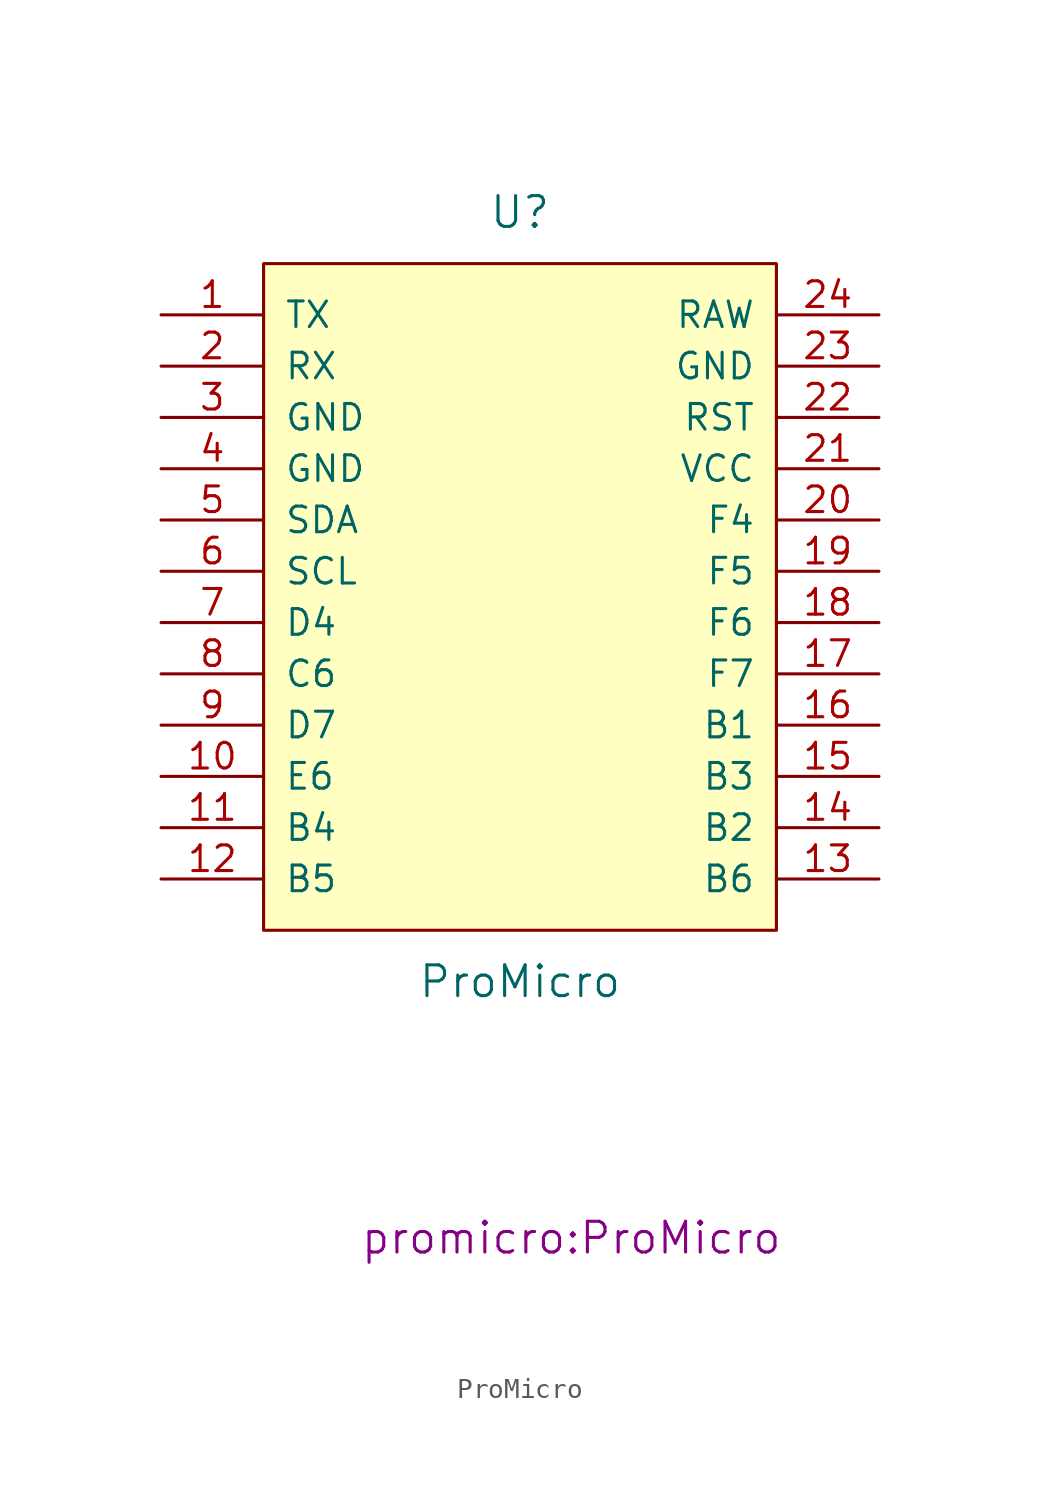
<source format=kicad_sym>
(kicad_symbol_lib
  (version 20220914)
  (generator kicad_symbol_editor)
  (symbol "ProMicro"
    (pin_names
      (offset 1.016))
    (property "Reference" "U"
      (at 0 24.13 0)
      (effects (font (size 1.524 1.524))))
    (property "Value" "ProMicro"
      (at 0 -13.97 0)
      (effects (font (size 1.524 1.524))))
    (property "Footprint" "promicro:ProMicro"
      (at 2.54 -26.67 0)
      (effects (font (size 1.524 1.524))))
    (property "Datasheet" ""
      (at 2.54 -26.67 0)
      (effects (font (size 1.524 1.524))))
    (symbol "ProMicro_1_1"
      (rectangle (start -12.7 21.59) (end 12.7 -11.43) (stroke (width 0) (type solid)) (fill (type background)))
      (pin bidirectional line (at -17.78 19.05 0) (length 5.08) (name "TX" (effects (font (size 1.27 1.27)))) (number "1" (effects (font (size 1.27 1.27)))))
      (pin bidirectional line (at -17.78 -3.81 0) (length 5.08) (name "E6" (effects (font (size 1.27 1.27)))) (number "10" (effects (font (size 1.27 1.27)))))
      (pin bidirectional line (at -17.78 -6.35 0) (length 5.08) (name "B4" (effects (font (size 1.27 1.27)))) (number "11" (effects (font (size 1.27 1.27)))))
      (pin bidirectional line (at -17.78 -8.89 0) (length 5.08) (name "B5" (effects (font (size 1.27 1.27)))) (number "12" (effects (font (size 1.27 1.27)))))
      (pin bidirectional line (at 17.78 -8.89 180) (length 5.08) (name "B6" (effects (font (size 1.27 1.27)))) (number "13" (effects (font (size 1.27 1.27)))))
      (pin bidirectional line (at 17.78 -6.35 180) (length 5.08) (name "B2" (effects (font (size 1.27 1.27)))) (number "14" (effects (font (size 1.27 1.27)))))
      (pin bidirectional line (at 17.78 -3.81 180) (length 5.08) (name "B3" (effects (font (size 1.27 1.27)))) (number "15" (effects (font (size 1.27 1.27)))))
      (pin bidirectional line (at 17.78 -1.27 180) (length 5.08) (name "B1" (effects (font (size 1.27 1.27)))) (number "16" (effects (font (size 1.27 1.27)))))
      (pin bidirectional line (at 17.78 1.27 180) (length 5.08) (name "F7" (effects (font (size 1.27 1.27)))) (number "17" (effects (font (size 1.27 1.27)))))
      (pin bidirectional line (at 17.78 3.81 180) (length 5.08) (name "F6" (effects (font (size 1.27 1.27)))) (number "18" (effects (font (size 1.27 1.27)))))
      (pin bidirectional line (at 17.78 6.35 180) (length 5.08) (name "F5" (effects (font (size 1.27 1.27)))) (number "19" (effects (font (size 1.27 1.27)))))
      (pin bidirectional line (at -17.78 16.51 0) (length 5.08) (name "RX" (effects (font (size 1.27 1.27)))) (number "2" (effects (font (size 1.27 1.27)))))
      (pin bidirectional line (at 17.78 8.89 180) (length 5.08) (name "F4" (effects (font (size 1.27 1.27)))) (number "20" (effects (font (size 1.27 1.27)))))
      (pin power_in line (at 17.78 11.43 180) (length 5.08) (name "VCC" (effects (font (size 1.27 1.27)))) (number "21" (effects (font (size 1.27 1.27)))))
      (pin input line (at 17.78 13.97 180) (length 5.08) (name "RST" (effects (font (size 1.27 1.27)))) (number "22" (effects (font (size 1.27 1.27)))))
      (pin power_in line (at 17.78 16.51 180) (length 5.08) (name "GND" (effects (font (size 1.27 1.27)))) (number "23" (effects (font (size 1.27 1.27)))))
      (pin power_out line (at 17.78 19.05 180) (length 5.08) (name "RAW" (effects (font (size 1.27 1.27)))) (number "24" (effects (font (size 1.27 1.27)))))
      (pin power_in line (at -17.78 13.97 0) (length 5.08) (name "GND" (effects (font (size 1.27 1.27)))) (number "3" (effects (font (size 1.27 1.27)))))
      (pin power_in line (at -17.78 11.43 0) (length 5.08) (name "GND" (effects (font (size 1.27 1.27)))) (number "4" (effects (font (size 1.27 1.27)))))
      (pin bidirectional line (at -17.78 8.89 0) (length 5.08) (name "SDA" (effects (font (size 1.27 1.27)))) (number "5" (effects (font (size 1.27 1.27)))))
      (pin bidirectional line (at -17.78 6.35 0) (length 5.08) (name "SCL" (effects (font (size 1.27 1.27)))) (number "6" (effects (font (size 1.27 1.27)))))
      (pin bidirectional line (at -17.78 3.81 0) (length 5.08) (name "D4" (effects (font (size 1.27 1.27)))) (number "7" (effects (font (size 1.27 1.27)))))
      (pin bidirectional line (at -17.78 1.27 0) (length 5.08) (name "C6" (effects (font (size 1.27 1.27)))) (number "8" (effects (font (size 1.27 1.27)))))
      (pin bidirectional line (at -17.78 -1.27 0) (length 5.08) (name "D7" (effects (font (size 1.27 1.27)))) (number "9" (effects (font (size 1.27 1.27))))))))
</source>
